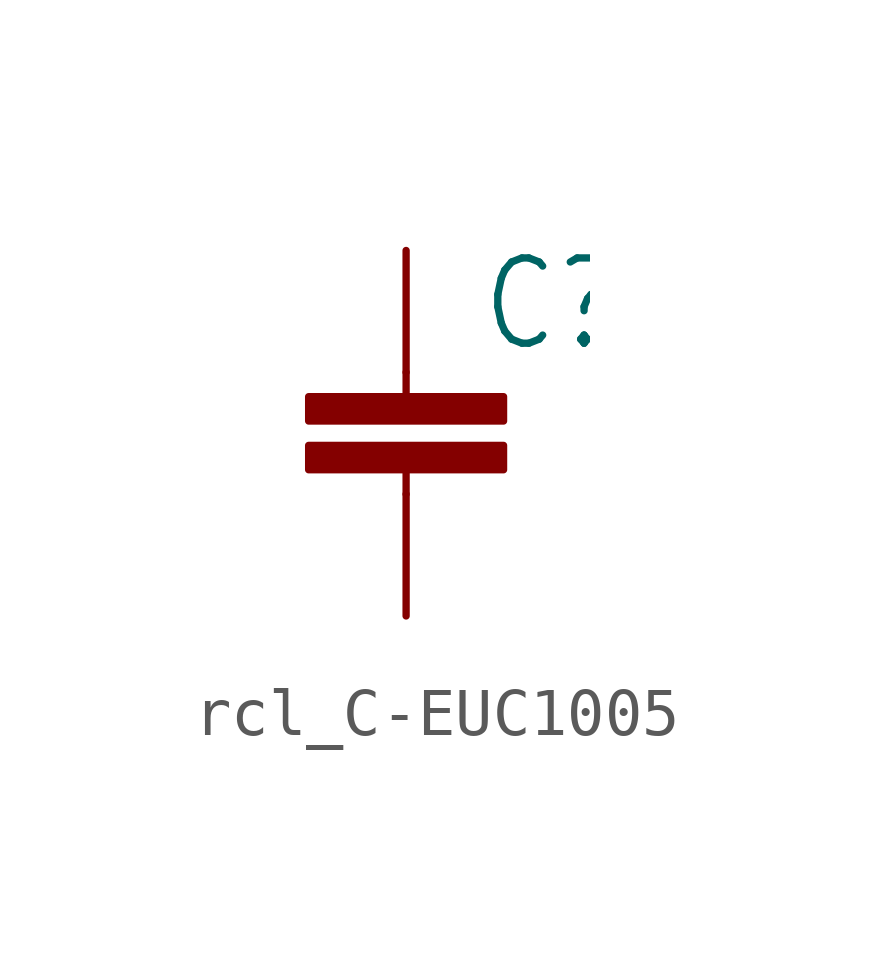
<source format=kicad_sym>
(kicad_symbol_lib
  (version 20220914)
  (generator kicad_symbol_editor)
  (symbol "rcl_C-EUC1005"
    (property "Reference" "C"
      (at 1.524 0.381 0)
      (effects (font (size 1.778 1.511)) (justify left bottom)))
    (property "Value" ""
      (at 1.524 -4.699 0)
      (effects (font (size 1.778 1.511)) (justify left bottom)))
    (property "ki_locked" ""
      (at 0 0 0)
      (effects (font (size 1.27 1.27))))
    (symbol "rcl_C-EUC1005_1_0"
      (rectangle (start -2.032 -2.032) (end 2.032 -1.524) (stroke (width 0) (type default)) (fill (type outline)))
      (rectangle (start -2.032 -1.016) (end 2.032 -0.508) (stroke (width 0) (type default)) (fill (type outline)))
      (polyline (pts (xy 0 -2.54) (xy 0 -2.032)) (stroke (width 0.152) (type solid)) (fill (type none)))
      (polyline (pts (xy 0 0) (xy 0 -0.508)) (stroke (width 0.152) (type solid)) (fill (type none)))
      (pin passive line (at 0 2.54 270) (length 2.54) (name "1" (effects (font (size 0 0)))) (number "1" (effects (font (size 0 0)))))
      (pin passive line (at 0 -5.08 90) (length 2.54) (name "2" (effects (font (size 0 0)))) (number "2" (effects (font (size 0 0))))))))
</source>
